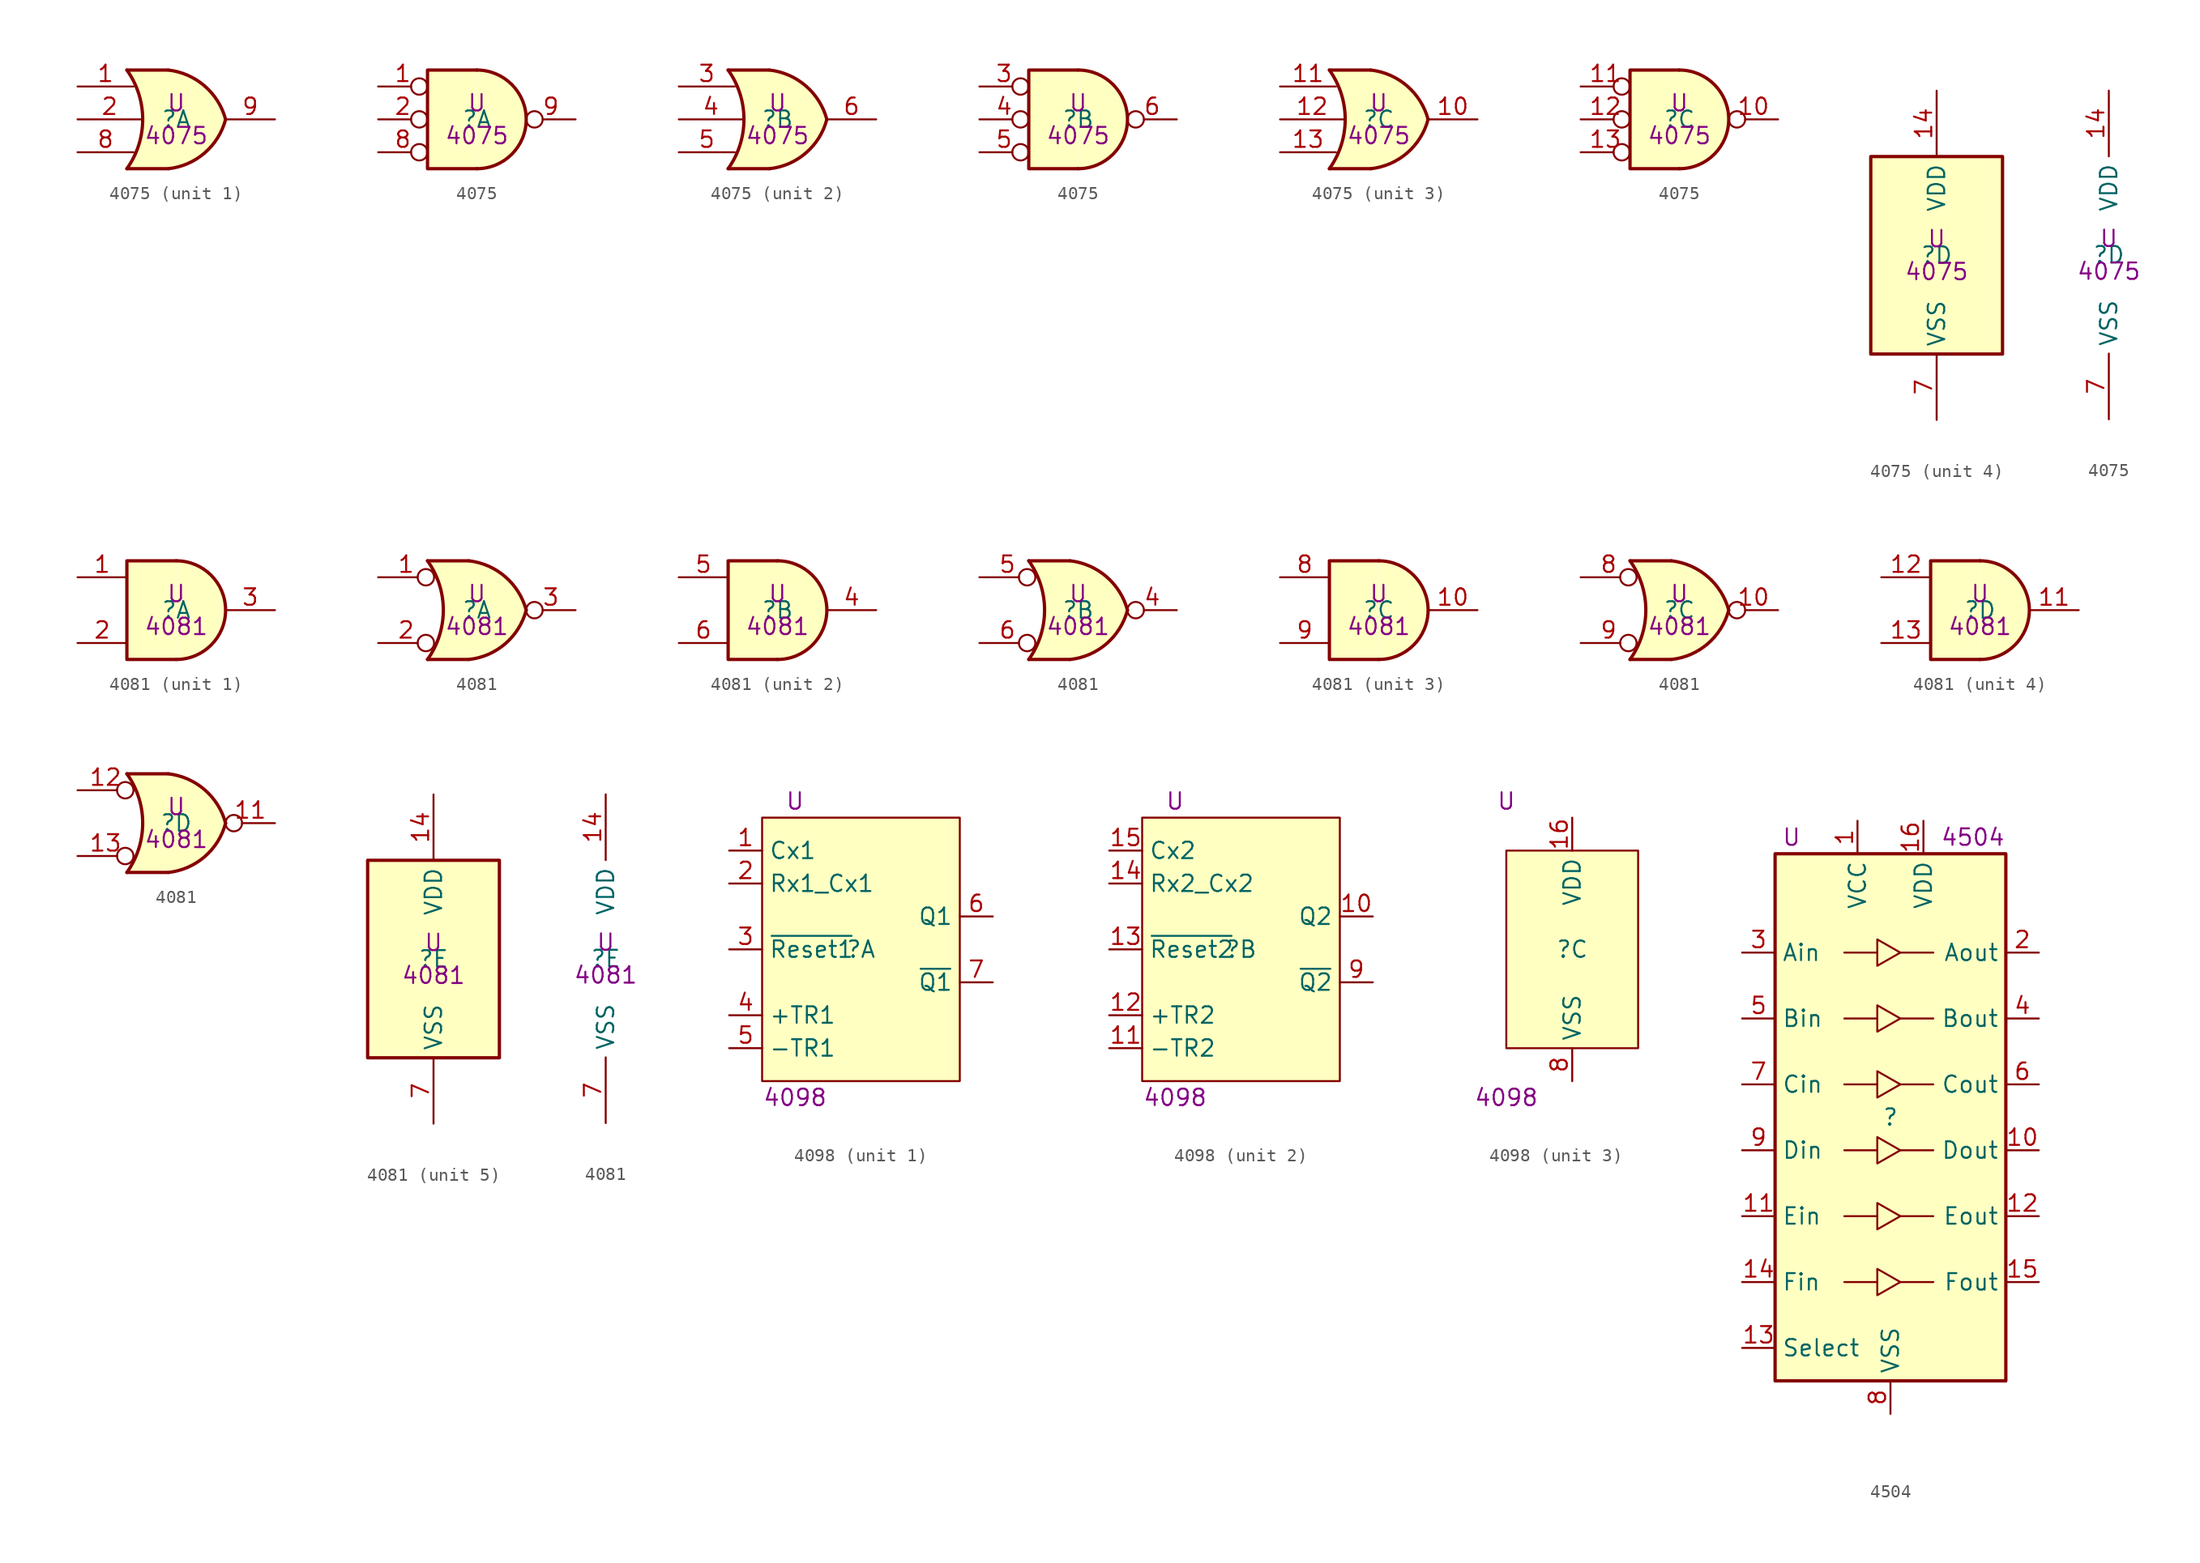
<source format=kicad_sym>
(kicad_symbol_lib
  (version 20200126)
  (host kicad_symbol_editor "(5.99.0-1075-g01a6d0067)")
  (symbol "4075"
    (property "ki_reference" "U"
      (at 0 1.27 0))
    (property "ki_value" "4075"
      (at 0 -1.27 0))
    (property "ki_locked" ""
      (at 0 0 0))
    (symbol "4075_1_1"
      (arc (start -3.81 3.81) (end -3.81 -3.81) (radius (at -9.144 0) (length 6.5532) (angles 35.4 -35.4)) (stroke (width 0.254)))
      (arc (start 3.81 0) (end -0.6096 3.81) (radius (at -1.1938 -1.3208) (length 5.1816) (angles 15 83.7)) (stroke (width 0.254)) (fill (type background)))
      (arc (start 3.81 0) (end -0.6096 -3.81) (radius (at -1.1938 1.3208) (length 5.1816) (angles -15 -83.7)) (stroke (width 0.254)) (fill (type background)))
      (polyline (pts (xy -3.81 -3.81) (xy -0.635 -3.81)) (stroke (width 0.254)) (fill (type background)))
      (polyline (pts (xy -3.81 3.81) (xy -0.635 3.81)) (stroke (width 0.254)) (fill (type background)))
      (polyline (pts (xy -0.635 3.81) (xy -3.81 3.81) (xy -3.81 3.81) (xy -3.556 3.404) (xy -3.023 2.261) (xy -2.692 1.041) (xy -2.616 -0.254) (xy -2.769 -1.499) (xy -3.175 -2.718) (xy -3.81 -3.81) (xy -3.81 -3.81) (xy -0.635 -3.81)) (stroke (width -25.4)) (fill (type background)))
      (pin input line (at -7.62 2.54 0) (length 4.318) (name "~") (number "1"))
      (pin input line (at -7.62 0 0) (length 4.953) (name "~") (number "2"))
      (pin input line (at -7.62 -2.54 0) (length 4.318) (name "~") (number "8"))
      (pin output line (at 7.62 0 180) (length 3.81) (name "~") (number "9")))
    (symbol "4075_2_1"
      (arc (start -3.81 3.81) (end -3.81 -3.81) (radius (at -9.144 0) (length 6.5532) (angles 35.4 -35.4)) (stroke (width 0.254)))
      (arc (start 3.81 0) (end -0.6096 3.81) (radius (at -1.1938 -1.3208) (length 5.1816) (angles 15 83.7)) (stroke (width 0.254)) (fill (type background)))
      (arc (start 3.81 0) (end -0.6096 -3.81) (radius (at -1.1938 1.3208) (length 5.1816) (angles -15 -83.7)) (stroke (width 0.254)) (fill (type background)))
      (polyline (pts (xy -3.81 -3.81) (xy -0.635 -3.81)) (stroke (width 0.254)) (fill (type background)))
      (polyline (pts (xy -3.81 3.81) (xy -0.635 3.81)) (stroke (width 0.254)) (fill (type background)))
      (polyline (pts (xy -0.635 3.81) (xy -3.81 3.81) (xy -3.81 3.81) (xy -3.556 3.404) (xy -3.023 2.261) (xy -2.692 1.041) (xy -2.616 -0.254) (xy -2.769 -1.499) (xy -3.175 -2.718) (xy -3.81 -3.81) (xy -3.81 -3.81) (xy -0.635 -3.81)) (stroke (width -25.4)) (fill (type background)))
      (pin input line (at -7.62 2.54 0) (length 4.318) (name "~") (number "3"))
      (pin input line (at -7.62 0 0) (length 4.953) (name "~") (number "4"))
      (pin input line (at -7.62 -2.54 0) (length 4.318) (name "~") (number "5"))
      (pin output line (at 7.62 0 180) (length 3.81) (name "~") (number "6")))
    (symbol "4075_3_1"
      (arc (start -3.81 3.81) (end -3.81 -3.81) (radius (at -9.144 0) (length 6.5532) (angles 35.4 -35.4)) (stroke (width 0.254)))
      (arc (start 3.81 0) (end -0.6096 3.81) (radius (at -1.1938 -1.3208) (length 5.1816) (angles 15 83.7)) (stroke (width 0.254)) (fill (type background)))
      (arc (start 3.81 0) (end -0.6096 -3.81) (radius (at -1.1938 1.3208) (length 5.1816) (angles -15 -83.7)) (stroke (width 0.254)) (fill (type background)))
      (polyline (pts (xy -3.81 -3.81) (xy -0.635 -3.81)) (stroke (width 0.254)) (fill (type background)))
      (polyline (pts (xy -3.81 3.81) (xy -0.635 3.81)) (stroke (width 0.254)) (fill (type background)))
      (polyline (pts (xy -0.635 3.81) (xy -3.81 3.81) (xy -3.81 3.81) (xy -3.556 3.404) (xy -3.023 2.261) (xy -2.692 1.041) (xy -2.616 -0.254) (xy -2.769 -1.499) (xy -3.175 -2.718) (xy -3.81 -3.81) (xy -3.81 -3.81) (xy -0.635 -3.81)) (stroke (width -25.4)) (fill (type background)))
      (pin output line (at 7.62 0 180) (length 3.81) (name "~") (number "10"))
      (pin input line (at -7.62 2.54 0) (length 4.318) (name "~") (number "11"))
      (pin input line (at -7.62 0 0) (length 4.953) (name "~") (number "12"))
      (pin input line (at -7.62 -2.54 0) (length 4.318) (name "~") (number "13")))
    (symbol "4075_1_2"
      (arc (start 0 -3.81) (end 0 3.81) (radius (at 0 0) (length 3.81) (angles -89.9 89.9)) (stroke (width 0.254)) (fill (type background)))
      (polyline (pts (xy 0 3.81) (xy -3.81 3.81) (xy -3.81 -3.81) (xy 0 -3.81)) (stroke (width 0.254)) (fill (type background)))
      (pin input inverted (at -7.62 2.54 0) (length 3.81) (name "~") (number "1"))
      (pin input inverted (at -7.62 0 0) (length 3.81) (name "~") (number "2"))
      (pin input inverted (at -7.62 -2.54 0) (length 3.81) (name "~") (number "8"))
      (pin output inverted (at 7.62 0 180) (length 3.81) (name "~") (number "9")))
    (symbol "4075_2_2"
      (arc (start 0 -3.81) (end 0 3.81) (radius (at 0 0) (length 3.81) (angles -89.9 89.9)) (stroke (width 0.254)) (fill (type background)))
      (polyline (pts (xy 0 3.81) (xy -3.81 3.81) (xy -3.81 -3.81) (xy 0 -3.81)) (stroke (width 0.254)) (fill (type background)))
      (pin input inverted (at -7.62 2.54 0) (length 3.81) (name "~") (number "3"))
      (pin input inverted (at -7.62 0 0) (length 3.81) (name "~") (number "4"))
      (pin input inverted (at -7.62 -2.54 0) (length 3.81) (name "~") (number "5"))
      (pin output inverted (at 7.62 0 180) (length 3.81) (name "~") (number "6")))
    (symbol "4075_3_2"
      (arc (start 0 -3.81) (end 0 3.81) (radius (at 0 0) (length 3.81) (angles -89.9 89.9)) (stroke (width 0.254)) (fill (type background)))
      (polyline (pts (xy 0 3.81) (xy -3.81 3.81) (xy -3.81 -3.81) (xy 0 -3.81)) (stroke (width 0.254)) (fill (type background)))
      (pin output inverted (at 7.62 0 180) (length 3.81) (name "~") (number "10"))
      (pin input inverted (at -7.62 2.54 0) (length 3.81) (name "~") (number "11"))
      (pin input inverted (at -7.62 0 0) (length 3.81) (name "~") (number "12"))
      (pin input inverted (at -7.62 -2.54 0) (length 3.81) (name "~") (number "13")))
    (symbol "4075_4_1"
      (rectangle (start -5.08 7.62) (end 5.08 -7.62) (stroke (width 0.254)) (fill (type background))))
    (symbol "4075_4_0"
      (pin power_in line (at 0 12.7 270) (length 5.08) (name "VDD") (number "14"))
      (pin power_in line (at 0 -12.7 90) (length 5.08) (name "VSS") (number "7"))))
  (symbol "4081"
    (property "ki_reference" "U"
      (at 0 1.27 0))
    (property "ki_value" "4081"
      (at 0 -1.27 0))
    (property "ki_locked" ""
      (at 0 0 0))
    (symbol "4081_1_1"
      (arc (start 0 -3.81) (end 0 3.81) (radius (at 0 0) (length 3.81) (angles -89.9 89.9)) (stroke (width 0.254)) (fill (type background)))
      (polyline (pts (xy 0 3.81) (xy -3.81 3.81) (xy -3.81 -3.81) (xy 0 -3.81)) (stroke (width 0.254)) (fill (type background)))
      (pin input line (at -7.62 2.54 0) (length 3.81) (name "~") (number "1"))
      (pin input line (at -7.62 -2.54 0) (length 3.81) (name "~") (number "2"))
      (pin output line (at 7.62 0 180) (length 3.81) (name "~") (number "3")))
    (symbol "4081_2_1"
      (arc (start 0 -3.81) (end 0 3.81) (radius (at 0 0) (length 3.81) (angles -89.9 89.9)) (stroke (width 0.254)) (fill (type background)))
      (polyline (pts (xy 0 3.81) (xy -3.81 3.81) (xy -3.81 -3.81) (xy 0 -3.81)) (stroke (width 0.254)) (fill (type background)))
      (pin output line (at 7.62 0 180) (length 3.81) (name "~") (number "4"))
      (pin input line (at -7.62 2.54 0) (length 3.81) (name "~") (number "5"))
      (pin input line (at -7.62 -2.54 0) (length 3.81) (name "~") (number "6")))
    (symbol "4081_3_1"
      (arc (start 0 -3.81) (end 0 3.81) (radius (at 0 0) (length 3.81) (angles -89.9 89.9)) (stroke (width 0.254)) (fill (type background)))
      (polyline (pts (xy 0 3.81) (xy -3.81 3.81) (xy -3.81 -3.81) (xy 0 -3.81)) (stroke (width 0.254)) (fill (type background)))
      (pin output line (at 7.62 0 180) (length 3.81) (name "~") (number "10"))
      (pin input line (at -7.62 2.54 0) (length 3.81) (name "~") (number "8"))
      (pin input line (at -7.62 -2.54 0) (length 3.81) (name "~") (number "9")))
    (symbol "4081_4_1"
      (arc (start 0 -3.81) (end 0 3.81) (radius (at 0 0) (length 3.81) (angles -89.9 89.9)) (stroke (width 0.254)) (fill (type background)))
      (polyline (pts (xy 0 3.81) (xy -3.81 3.81) (xy -3.81 -3.81) (xy 0 -3.81)) (stroke (width 0.254)) (fill (type background)))
      (pin output line (at 7.62 0 180) (length 3.81) (name "~") (number "11"))
      (pin input line (at -7.62 2.54 0) (length 3.81) (name "~") (number "12"))
      (pin input line (at -7.62 -2.54 0) (length 3.81) (name "~") (number "13")))
    (symbol "4081_1_2"
      (arc (start -3.81 3.81) (end -3.81 -3.81) (radius (at -9.144 0) (length 6.5532) (angles 35.4 -35.4)) (stroke (width 0.254)))
      (arc (start 3.81 0) (end -0.6096 3.81) (radius (at -1.1938 -1.3208) (length 5.1816) (angles 15 83.7)) (stroke (width 0.254)) (fill (type background)))
      (arc (start 3.81 0) (end -0.6096 -3.81) (radius (at -1.1938 1.3208) (length 5.1816) (angles -15 -83.7)) (stroke (width 0.254)) (fill (type background)))
      (polyline (pts (xy -3.81 -3.81) (xy -0.635 -3.81)) (stroke (width 0.254)) (fill (type background)))
      (polyline (pts (xy -3.81 3.81) (xy -0.635 3.81)) (stroke (width 0.254)) (fill (type background)))
      (polyline (pts (xy -0.635 3.81) (xy -3.81 3.81) (xy -3.81 3.81) (xy -3.556 3.404) (xy -3.023 2.261) (xy -2.692 1.041) (xy -2.616 -0.254) (xy -2.769 -1.499) (xy -3.175 -2.718) (xy -3.81 -3.81) (xy -3.81 -3.81) (xy -0.635 -3.81)) (stroke (width -25.4)) (fill (type background)))
      (pin input inverted (at -7.62 2.54 0) (length 4.318) (name "~") (number "1"))
      (pin input inverted (at -7.62 -2.54 0) (length 4.318) (name "~") (number "2"))
      (pin output inverted (at 7.62 0 180) (length 3.81) (name "~") (number "3")))
    (symbol "4081_2_2"
      (arc (start -3.81 3.81) (end -3.81 -3.81) (radius (at -9.144 0) (length 6.5532) (angles 35.4 -35.4)) (stroke (width 0.254)))
      (arc (start 3.81 0) (end -0.6096 3.81) (radius (at -1.1938 -1.3208) (length 5.1816) (angles 15 83.7)) (stroke (width 0.254)) (fill (type background)))
      (arc (start 3.81 0) (end -0.6096 -3.81) (radius (at -1.1938 1.3208) (length 5.1816) (angles -15 -83.7)) (stroke (width 0.254)) (fill (type background)))
      (polyline (pts (xy -3.81 -3.81) (xy -0.635 -3.81)) (stroke (width 0.254)) (fill (type background)))
      (polyline (pts (xy -3.81 3.81) (xy -0.635 3.81)) (stroke (width 0.254)) (fill (type background)))
      (polyline (pts (xy -0.635 3.81) (xy -3.81 3.81) (xy -3.81 3.81) (xy -3.556 3.404) (xy -3.023 2.261) (xy -2.692 1.041) (xy -2.616 -0.254) (xy -2.769 -1.499) (xy -3.175 -2.718) (xy -3.81 -3.81) (xy -3.81 -3.81) (xy -0.635 -3.81)) (stroke (width -25.4)) (fill (type background)))
      (pin output inverted (at 7.62 0 180) (length 3.81) (name "~") (number "4"))
      (pin input inverted (at -7.62 2.54 0) (length 4.318) (name "~") (number "5"))
      (pin input inverted (at -7.62 -2.54 0) (length 4.318) (name "~") (number "6")))
    (symbol "4081_3_2"
      (arc (start -3.81 3.81) (end -3.81 -3.81) (radius (at -9.144 0) (length 6.5532) (angles 35.4 -35.4)) (stroke (width 0.254)))
      (arc (start 3.81 0) (end -0.6096 3.81) (radius (at -1.1938 -1.3208) (length 5.1816) (angles 15 83.7)) (stroke (width 0.254)) (fill (type background)))
      (arc (start 3.81 0) (end -0.6096 -3.81) (radius (at -1.1938 1.3208) (length 5.1816) (angles -15 -83.7)) (stroke (width 0.254)) (fill (type background)))
      (polyline (pts (xy -3.81 -3.81) (xy -0.635 -3.81)) (stroke (width 0.254)) (fill (type background)))
      (polyline (pts (xy -3.81 3.81) (xy -0.635 3.81)) (stroke (width 0.254)) (fill (type background)))
      (polyline (pts (xy -0.635 3.81) (xy -3.81 3.81) (xy -3.81 3.81) (xy -3.556 3.404) (xy -3.023 2.261) (xy -2.692 1.041) (xy -2.616 -0.254) (xy -2.769 -1.499) (xy -3.175 -2.718) (xy -3.81 -3.81) (xy -3.81 -3.81) (xy -0.635 -3.81)) (stroke (width -25.4)) (fill (type background)))
      (pin output inverted (at 7.62 0 180) (length 3.81) (name "~") (number "10"))
      (pin input inverted (at -7.62 2.54 0) (length 4.318) (name "~") (number "8"))
      (pin input inverted (at -7.62 -2.54 0) (length 4.318) (name "~") (number "9")))
    (symbol "4081_4_2"
      (arc (start -3.81 3.81) (end -3.81 -3.81) (radius (at -9.144 0) (length 6.5532) (angles 35.4 -35.4)) (stroke (width 0.254)))
      (arc (start 3.81 0) (end -0.6096 3.81) (radius (at -1.1938 -1.3208) (length 5.1816) (angles 15 83.7)) (stroke (width 0.254)) (fill (type background)))
      (arc (start 3.81 0) (end -0.6096 -3.81) (radius (at -1.1938 1.3208) (length 5.1816) (angles -15 -83.7)) (stroke (width 0.254)) (fill (type background)))
      (polyline (pts (xy -3.81 -3.81) (xy -0.635 -3.81)) (stroke (width 0.254)) (fill (type background)))
      (polyline (pts (xy -3.81 3.81) (xy -0.635 3.81)) (stroke (width 0.254)) (fill (type background)))
      (polyline (pts (xy -0.635 3.81) (xy -3.81 3.81) (xy -3.81 3.81) (xy -3.556 3.404) (xy -3.023 2.261) (xy -2.692 1.041) (xy -2.616 -0.254) (xy -2.769 -1.499) (xy -3.175 -2.718) (xy -3.81 -3.81) (xy -3.81 -3.81) (xy -0.635 -3.81)) (stroke (width -25.4)) (fill (type background)))
      (pin output inverted (at 7.62 0 180) (length 3.81) (name "~") (number "11"))
      (pin input inverted (at -7.62 2.54 0) (length 4.318) (name "~") (number "12"))
      (pin input inverted (at -7.62 -2.54 0) (length 4.318) (name "~") (number "13")))
    (symbol "4081_5_1"
      (rectangle (start -5.08 7.62) (end 5.08 -7.62) (stroke (width 0.254)) (fill (type background))))
    (symbol "4081_5_0"
      (pin power_in line (at 0 12.7 270) (length 5.08) (name "VDD") (number "14"))
      (pin power_in line (at 0 -12.7 90) (length 5.08) (name "VSS") (number "7"))))
  (symbol "4098"
    (pin_names
      (offset 0.508))
    (property "ki_reference" "U"
      (at -5.08 11.43 0))
    (property "ki_value" "4098"
      (at -5.08 -11.43 0))
    (symbol "4098_1_1"
      (rectangle (start -7.62 10.16) (end 7.62 -10.16) (fill (type background)))
      (pin input line (at -10.16 7.62 0) (length 2.54) (name "Cx1") (number "1"))
      (pin input line (at -10.16 5.08 0) (length 2.54) (name "Rx1_Cx1") (number "2"))
      (pin input line (at -10.16 0 0) (length 2.54) (name "~Reset1") (number "3"))
      (pin input line (at -10.16 -5.08 0) (length 2.54) (name "+TR1") (number "4"))
      (pin input line (at -10.16 -7.62 0) (length 2.54) (name "-TR1") (number "5"))
      (pin output line (at 10.16 2.54 180) (length 2.54) (name "Q1") (number "6"))
      (pin output line (at 10.16 -2.54 180) (length 2.54) (name "~Q1") (number "7")))
    (symbol "4098_2_1"
      (rectangle (start -7.62 10.16) (end 7.62 -10.16) (fill (type background)))
      (pin output line (at 10.16 2.54 180) (length 2.54) (name "Q2") (number "10"))
      (pin input line (at -10.16 -7.62 0) (length 2.54) (name "-TR2") (number "11"))
      (pin input line (at -10.16 -5.08 0) (length 2.54) (name "+TR2") (number "12"))
      (pin input line (at -10.16 0 0) (length 2.54) (name "~Reset2") (number "13"))
      (pin input line (at -10.16 5.08 0) (length 2.54) (name "Rx2_Cx2") (number "14"))
      (pin input line (at -10.16 7.62 0) (length 2.54) (name "Cx2") (number "15"))
      (pin output line (at 10.16 -2.54 180) (length 2.54) (name "~Q2") (number "9")))
    (symbol "4098_3_1"
      (rectangle (start -5.08 7.62) (end 5.08 -7.62) (fill (type background)))
      (pin power_in line (at 0 10.16 270) (length 2.54) (name "VDD") (number "16"))
      (pin power_in line (at 0 -10.16 90) (length 2.54) (name "VSS") (number "8"))))
  (symbol "4504"
    (pin_names
      (offset 0.508))
    (property "ki_reference" "U"
      (at -7.62 21.59 0))
    (property "ki_value" "4504"
      (at 6.35 21.59 0))
    (symbol "4504_1_1"
      (rectangle (start -8.89 20.32) (end 8.89 -20.32) (stroke (width 0.254)) (fill (type background)))
      (polyline (pts (xy 0.762 -12.7) (xy -1.016 -13.716) (xy -1.016 -11.684) (xy 0.762 -12.7)))
      (polyline (pts (xy 0.762 -7.62) (xy -1.016 -8.636) (xy -1.016 -6.604) (xy 0.762 -7.62)))
      (polyline (pts (xy 0.762 -2.54) (xy -1.016 -3.556) (xy -1.016 -1.524) (xy 0.762 -2.54)))
      (polyline (pts (xy 0.762 2.54) (xy -1.016 1.524) (xy -1.016 3.556) (xy 0.762 2.54)))
      (polyline (pts (xy 0.762 7.62) (xy -1.016 6.604) (xy -1.016 8.636) (xy 0.762 7.62)))
      (polyline (pts (xy 0.762 12.7) (xy -1.016 11.684) (xy -1.016 13.716) (xy 0.762 12.7)))
      (pin power_in line (at -2.54 22.86 270) (length 2.54) (name "VCC") (number "1"))
      (pin output line (at 11.43 -2.54 180) (length 2.54) (name "Dout") (number "10"))
      (pin input line (at -11.43 -7.62 0) (length 2.54) (name "Ein") (number "11"))
      (pin output line (at 11.43 -7.62 180) (length 2.54) (name "Eout") (number "12"))
      (pin input line (at -11.43 -17.78 0) (length 2.54) (name "Select") (number "13"))
      (pin input line (at -11.43 -12.7 0) (length 2.54) (name "Fin") (number "14"))
      (pin output line (at 11.43 -12.7 180) (length 2.54) (name "Fout") (number "15"))
      (pin power_in line (at 2.54 22.86 270) (length 2.54) (name "VDD") (number "16"))
      (pin output line (at 11.43 12.7 180) (length 2.54) (name "Aout") (number "2"))
      (pin input line (at -11.43 12.7 0) (length 2.54) (name "Ain") (number "3"))
      (pin output line (at 11.43 7.62 180) (length 2.54) (name "Bout") (number "4"))
      (pin input line (at -11.43 7.62 0) (length 2.54) (name "Bin") (number "5"))
      (pin output line (at 11.43 2.54 180) (length 2.54) (name "Cout") (number "6"))
      (pin input line (at -11.43 2.54 0) (length 2.54) (name "Cin") (number "7"))
      (pin power_in line (at 0 -22.86 90) (length 2.54) (name "VSS") (number "8"))
      (pin input line (at -11.43 -2.54 0) (length 2.54) (name "Din") (number "9")))
    (symbol "4504_0_1"
      (polyline (pts (xy -3.556 -12.7) (xy -1.016 -12.7)))
      (polyline (pts (xy -3.556 -7.62) (xy -1.016 -7.62)))
      (polyline (pts (xy -3.556 -2.54) (xy -1.016 -2.54)))
      (polyline (pts (xy -3.556 2.54) (xy -1.016 2.54)))
      (polyline (pts (xy -3.556 7.62) (xy -1.016 7.62)))
      (polyline (pts (xy -3.556 12.7) (xy -1.016 12.7)))
      (polyline (pts (xy 0.762 -12.7) (xy 3.302 -12.7)))
      (polyline (pts (xy 0.762 -7.62) (xy 3.302 -7.62)))
      (polyline (pts (xy 0.762 -2.54) (xy 3.302 -2.54)))
      (polyline (pts (xy 0.762 2.54) (xy 3.302 2.54)))
      (polyline (pts (xy 0.762 7.62) (xy 3.302 7.62)))
      (polyline (pts (xy 0.762 12.7) (xy 3.302 12.7))))))
</source>
